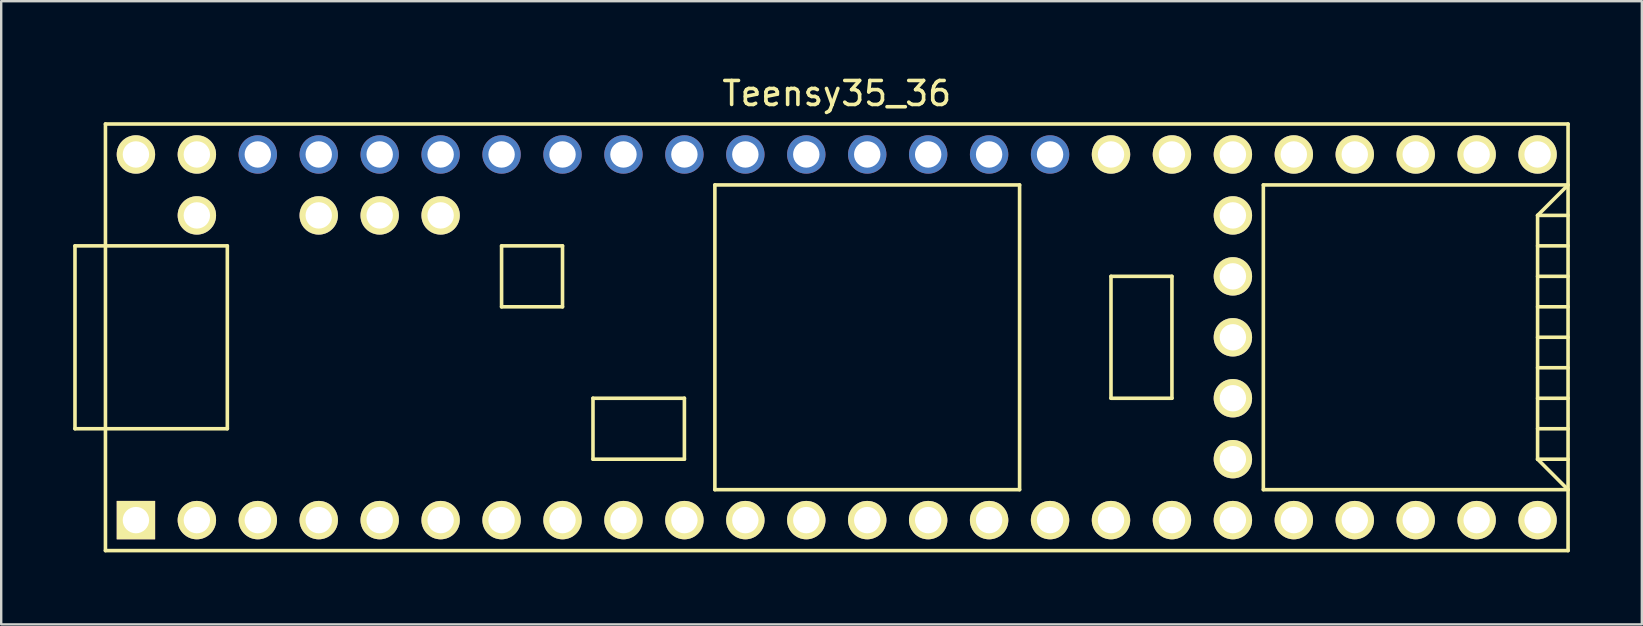
<source format=kicad_pcb>
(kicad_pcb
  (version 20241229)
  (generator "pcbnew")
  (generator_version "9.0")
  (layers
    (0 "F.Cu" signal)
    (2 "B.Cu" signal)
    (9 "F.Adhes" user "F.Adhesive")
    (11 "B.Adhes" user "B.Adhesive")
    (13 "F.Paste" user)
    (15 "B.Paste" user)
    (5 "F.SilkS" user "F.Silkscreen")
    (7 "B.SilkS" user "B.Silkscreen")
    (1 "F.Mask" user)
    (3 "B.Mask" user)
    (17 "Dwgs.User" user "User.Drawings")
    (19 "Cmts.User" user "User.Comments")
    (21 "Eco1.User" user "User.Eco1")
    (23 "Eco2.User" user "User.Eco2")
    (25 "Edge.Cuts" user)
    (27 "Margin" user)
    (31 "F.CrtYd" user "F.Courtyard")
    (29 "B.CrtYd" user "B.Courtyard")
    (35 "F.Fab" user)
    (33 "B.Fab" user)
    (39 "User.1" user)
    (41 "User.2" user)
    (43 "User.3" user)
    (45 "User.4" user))
  (footprint "Teensy35_36"
    (layer "F.Cu")
    (at 31.825 11.008)
    (property "Reference" "Teensy35_36" (at 0 -10.16 0) (layer "F.SilkS") (effects (font (size 1 1) (thickness 0.15))))
    (attr through_hole)
    (fp_line (start -31.75 -3.81) (end -30.48 -3.81) (stroke (width 0.15) (type solid)) (layer "F.SilkS"))
    (fp_line (start -31.75 3.81) (end -31.75 -3.81) (stroke (width 0.15) (type solid)) (layer "F.SilkS"))
    (fp_line (start -30.48 3.81) (end -31.75 3.81) (stroke (width 0.15) (type solid)) (layer "F.SilkS"))
    (fp_line (start -30.48 8.89) (end -30.48 -8.89) (stroke (width 0.15) (type solid)) (layer "F.SilkS"))
    (fp_line (start -30.48 8.89) (end 30.48 8.89) (stroke (width 0.15) (type solid)) (layer "F.SilkS"))
    (fp_line (start -25.4 -3.81) (end -30.48 -3.81) (stroke (width 0.15) (type solid)) (layer "F.SilkS"))
    (fp_line (start -25.4 3.81) (end -30.48 3.81) (stroke (width 0.15) (type solid)) (layer "F.SilkS"))
    (fp_line (start -25.4 3.81) (end -25.4 -3.81) (stroke (width 0.15) (type solid)) (layer "F.SilkS"))
    (fp_line (start -13.97 -3.81) (end -13.97 -1.27) (stroke (width 0.15) (type solid)) (layer "F.SilkS"))
    (fp_line (start -13.97 -1.27) (end -11.43 -1.27) (stroke (width 0.15) (type solid)) (layer "F.SilkS"))
    (fp_line (start -11.43 -3.81) (end -13.97 -3.81) (stroke (width 0.15) (type solid)) (layer "F.SilkS"))
    (fp_line (start -11.43 -1.27) (end -11.43 -3.81) (stroke (width 0.15) (type solid)) (layer "F.SilkS"))
    (fp_line (start -10.16 2.54) (end -6.35 2.54) (stroke (width 0.15) (type solid)) (layer "F.SilkS"))
    (fp_line (start -10.16 5.08) (end -10.16 2.54) (stroke (width 0.15) (type solid)) (layer "F.SilkS"))
    (fp_line (start -6.35 2.54) (end -6.35 5.08) (stroke (width 0.15) (type solid)) (layer "F.SilkS"))
    (fp_line (start -6.35 5.08) (end -10.16 5.08) (stroke (width 0.15) (type solid)) (layer "F.SilkS"))
    (fp_line (start -5.08 -6.35) (end -5.08 6.35) (stroke (width 0.15) (type solid)) (layer "F.SilkS"))
    (fp_line (start -5.08 -6.35) (end 7.62 -6.35) (stroke (width 0.15) (type solid)) (layer "F.SilkS"))
    (fp_line (start -5.08 6.35) (end 7.62 6.35) (stroke (width 0.15) (type solid)) (layer "F.SilkS"))
    (fp_line (start 7.62 6.35) (end 7.62 -6.35) (stroke (width 0.15) (type solid)) (layer "F.SilkS"))
    (fp_line (start 11.43 -2.54) (end 13.97 -2.54) (stroke (width 0.15) (type solid)) (layer "F.SilkS"))
    (fp_line (start 11.43 2.54) (end 11.43 -2.54) (stroke (width 0.15) (type solid)) (layer "F.SilkS"))
    (fp_line (start 13.97 -2.54) (end 13.97 2.54) (stroke (width 0.15) (type solid)) (layer "F.SilkS"))
    (fp_line (start 13.97 2.54) (end 11.43 2.54) (stroke (width 0.15) (type solid)) (layer "F.SilkS"))
    (fp_line (start 17.78 -6.35) (end 17.78 6.35) (stroke (width 0.15) (type solid)) (layer "F.SilkS"))
    (fp_line (start 17.78 6.35) (end 30.48 6.35) (stroke (width 0.15) (type solid)) (layer "F.SilkS"))
    (fp_line (start 29.21 -5.08) (end 30.48 -6.35) (stroke (width 0.15) (type solid)) (layer "F.SilkS"))
    (fp_line (start 29.21 -5.08) (end 30.48 -5.08) (stroke (width 0.15) (type solid)) (layer "F.SilkS"))
    (fp_line (start 29.21 -3.81) (end 30.48 -3.81) (stroke (width 0.15) (type solid)) (layer "F.SilkS"))
    (fp_line (start 29.21 -2.54) (end 30.48 -2.54) (stroke (width 0.15) (type solid)) (layer "F.SilkS"))
    (fp_line (start 29.21 -1.27) (end 30.48 -1.27) (stroke (width 0.15) (type solid)) (layer "F.SilkS"))
    (fp_line (start 29.21 0) (end 30.48 0) (stroke (width 0.15) (type solid)) (layer "F.SilkS"))
    (fp_line (start 29.21 1.27) (end 30.48 1.27) (stroke (width 0.15) (type solid)) (layer "F.SilkS"))
    (fp_line (start 29.21 2.54) (end 30.48 2.54) (stroke (width 0.15) (type solid)) (layer "F.SilkS"))
    (fp_line (start 29.21 3.81) (end 30.48 3.81) (stroke (width 0.15) (type solid)) (layer "F.SilkS"))
    (fp_line (start 29.21 5.08) (end 29.21 -5.08) (stroke (width 0.15) (type solid)) (layer "F.SilkS"))
    (fp_line (start 29.21 5.08) (end 30.48 5.08) (stroke (width 0.15) (type solid)) (layer "F.SilkS"))
    (fp_line (start 30.48 -8.89) (end -30.48 -8.89) (stroke (width 0.15) (type solid)) (layer "F.SilkS"))
    (fp_line (start 30.48 -8.89) (end 30.48 8.89) (stroke (width 0.15) (type solid)) (layer "F.SilkS"))
    (fp_line (start 30.48 -6.35) (end 17.78 -6.35) (stroke (width 0.15) (type solid)) (layer "F.SilkS"))
    (fp_line (start 30.48 6.35) (end 29.21 5.08) (stroke (width 0.15) (type solid)) (layer "F.SilkS"))
    (pad "1" thru_hole rect (at -29.21 7.62) (size 1.6 1.6) (drill 1.1) (layers "*.Cu" "*.Mask" "F.SilkS"))
    (pad "2" thru_hole circle (at -26.67 7.62) (size 1.6 1.6) (drill 1.1) (layers "*.Cu" "*.Mask" "F.SilkS"))
    (pad "3" thru_hole circle (at -24.13 7.62) (size 1.6 1.6) (drill 1.1) (layers "*.Cu" "*.Mask" "F.SilkS"))
    (pad "4" thru_hole circle (at -21.59 7.62) (size 1.6 1.6) (drill 1.1) (layers "*.Cu" "*.Mask" "F.SilkS"))
    (pad "5" thru_hole circle (at -19.05 7.62) (size 1.6 1.6) (drill 1.1) (layers "*.Cu" "*.Mask" "F.SilkS"))
    (pad "6" thru_hole circle (at -16.51 7.62) (size 1.6 1.6) (drill 1.1) (layers "*.Cu" "*.Mask" "F.SilkS"))
    (pad "7" thru_hole circle (at -13.97 7.62) (size 1.6 1.6) (drill 1.1) (layers "*.Cu" "*.Mask" "F.SilkS"))
    (pad "8" thru_hole circle (at -11.43 7.62) (size 1.6 1.6) (drill 1.1) (layers "*.Cu" "*.Mask" "F.SilkS"))
    (pad "9" thru_hole circle (at -8.89 7.62) (size 1.6 1.6) (drill 1.1) (layers "*.Cu" "*.Mask" "F.SilkS"))
    (pad "10" thru_hole circle (at -6.35 7.62) (size 1.6 1.6) (drill 1.1) (layers "*.Cu" "*.Mask" "F.SilkS"))
    (pad "11" thru_hole circle (at -3.81 7.62) (size 1.6 1.6) (drill 1.1) (layers "*.Cu" "*.Mask" "F.SilkS"))
    (pad "12" thru_hole circle (at -1.27 7.62) (size 1.6 1.6) (drill 1.1) (layers "*.Cu" "*.Mask" "F.SilkS"))
    (pad "13" thru_hole circle (at 1.27 7.62) (size 1.6 1.6) (drill 1.1) (layers "*.Cu" "*.Mask" "F.SilkS"))
    (pad "14" thru_hole circle (at 3.81 7.62) (size 1.6 1.6) (drill 1.1) (layers "*.Cu" "*.Mask" "F.SilkS"))
    (pad "15" thru_hole circle (at 6.35 7.62) (size 1.6 1.6) (drill 1.1) (layers "*.Cu" "*.Mask" "F.SilkS"))
    (pad "16" thru_hole circle (at 8.89 7.62) (size 1.6 1.6) (drill 1.1) (layers "*.Cu" "*.Mask" "F.SilkS"))
    (pad "17" thru_hole circle (at 11.43 7.62) (size 1.6 1.6) (drill 1.1) (layers "*.Cu" "*.Mask" "F.SilkS"))
    (pad "18" thru_hole circle (at 13.97 7.62) (size 1.6 1.6) (drill 1.1) (layers "*.Cu" "*.Mask" "F.SilkS"))
    (pad "19" thru_hole circle (at 16.51 7.62) (size 1.6 1.6) (drill 1.1) (layers "*.Cu" "*.Mask" "F.SilkS"))
    (pad "20" thru_hole circle (at 19.05 7.62) (size 1.6 1.6) (drill 1.1) (layers "*.Cu" "*.Mask" "F.SilkS"))
    (pad "21" thru_hole circle (at 21.59 7.62) (size 1.6 1.6) (drill 1.1) (layers "*.Cu" "*.Mask" "F.SilkS"))
    (pad "22" thru_hole circle (at 24.13 7.62) (size 1.6 1.6) (drill 1.1) (layers "*.Cu" "*.Mask" "F.SilkS"))
    (pad "23" thru_hole circle (at 26.67 7.62) (size 1.6 1.6) (drill 1.1) (layers "*.Cu" "*.Mask" "F.SilkS"))
    (pad "24" thru_hole circle (at 29.21 7.62) (size 1.6 1.6) (drill 1.1) (layers "*.Cu" "*.Mask" "F.SilkS"))
    (pad "25" thru_hole circle (at 16.51 5.08) (size 1.6 1.6) (drill 1.1) (layers "*.Cu" "*.Mask" "F.SilkS"))
    (pad "26" thru_hole circle (at 16.51 2.54) (size 1.6 1.6) (drill 1.1) (layers "*.Cu" "*.Mask" "F.SilkS"))
    (pad "27" thru_hole circle (at 16.51 0) (size 1.6 1.6) (drill 1.1) (layers "*.Cu" "*.Mask" "F.SilkS"))
    (pad "28" thru_hole circle (at 16.51 -2.54) (size 1.6 1.6) (drill 1.1) (layers "*.Cu" "*.Mask" "F.SilkS"))
    (pad "29" thru_hole circle (at 16.51 -5.08) (size 1.6 1.6) (drill 1.1) (layers "*.Cu" "*.Mask" "F.SilkS"))
    (pad "30" thru_hole circle (at 29.21 -7.62) (size 1.6 1.6) (drill 1.1) (layers "*.Cu" "*.Mask" "F.SilkS"))
    (pad "31" thru_hole circle (at 26.67 -7.62) (size 1.6 1.6) (drill 1.1) (layers "*.Cu" "*.Mask" "F.SilkS"))
    (pad "32" thru_hole circle (at 24.13 -7.62) (size 1.6 1.6) (drill 1.1) (layers "*.Cu" "*.Mask" "F.SilkS"))
    (pad "33" thru_hole circle (at 21.59 -7.62) (size 1.6 1.6) (drill 1.1) (layers "*.Cu" "*.Mask" "F.SilkS"))
    (pad "34" thru_hole circle (at 19.05 -7.62) (size 1.6 1.6) (drill 1.1) (layers "*.Cu" "*.Mask" "F.SilkS"))
    (pad "35" thru_hole circle (at 16.51 -7.62) (size 1.6 1.6) (drill 1.1) (layers "*.Cu" "*.Mask" "F.SilkS"))
    (pad "36" thru_hole circle (at 13.97 -7.62) (size 1.6 1.6) (drill 1.1) (layers "*.Cu" "*.Mask" "F.SilkS"))
    (pad "37" thru_hole circle (at 11.43 -7.62) (size 1.6 1.6) (drill 1.1) (layers "*.Cu" "*.Mask" "F.SilkS"))
    (pad "38" thru_hole circle (at 8.89 -7.62) (size 1.6 1.6) (drill 1.1) (layers "*.Cu" "*.Mask"))
    (pad "39" thru_hole circle (at 6.35 -7.62) (size 1.6 1.6) (drill 1.1) (layers "*.Cu" "*.Mask"))
    (pad "40" thru_hole circle (at 3.81 -7.62) (size 1.6 1.6) (drill 1.1) (layers "*.Cu" "*.Mask"))
    (pad "41" thru_hole circle (at 1.27 -7.62) (size 1.6 1.6) (drill 1.1) (layers "*.Cu" "*.Mask"))
    (pad "42" thru_hole circle (at -1.27 -7.62) (size 1.6 1.6) (drill 1.1) (layers "*.Cu" "*.Mask"))
    (pad "43" thru_hole circle (at -3.81 -7.62) (size 1.6 1.6) (drill 1.1) (layers "*.Cu" "*.Mask"))
    (pad "44" thru_hole circle (at -6.35 -7.62) (size 1.6 1.6) (drill 1.1) (layers "*.Cu" "*.Mask"))
    (pad "45" thru_hole circle (at -8.89 -7.62) (size 1.6 1.6) (drill 1.1) (layers "*.Cu" "*.Mask"))
    (pad "46" thru_hole circle (at -11.43 -7.62) (size 1.6 1.6) (drill 1.1) (layers "*.Cu" "*.Mask"))
    (pad "47" thru_hole circle (at -13.97 -7.62) (size 1.6 1.6) (drill 1.1) (layers "*.Cu" "*.Mask"))
    (pad "48" thru_hole circle (at -16.51 -7.62) (size 1.6 1.6) (drill 1.1) (layers "*.Cu" "*.Mask"))
    (pad "49" thru_hole circle (at -19.05 -7.62) (size 1.6 1.6) (drill 1.1) (layers "*.Cu" "*.Mask"))
    (pad "50" thru_hole circle (at -21.59 -7.62) (size 1.6 1.6) (drill 1.1) (layers "*.Cu" "*.Mask"))
    (pad "51" thru_hole circle (at -24.13 -7.62) (size 1.6 1.6) (drill 1.1) (layers "*.Cu" "*.Mask"))
    (pad "52" thru_hole circle (at -26.67 -7.62) (size 1.6 1.6) (drill 1.1) (layers "*.Cu" "*.Mask" "F.SilkS"))
    (pad "53" thru_hole circle (at -29.21 -7.62) (size 1.6 1.6) (drill 1.1) (layers "*.Cu" "*.Mask" "F.SilkS"))
    (pad "54" thru_hole circle (at -26.67 -5.08) (size 1.6 1.6) (drill 1.1) (layers "*.Cu" "*.Mask" "F.SilkS"))
    (pad "55" thru_hole circle (at -21.59 -5.08) (size 1.6 1.6) (drill 1.1) (layers "*.Cu" "*.Mask" "F.SilkS"))
    (pad "56" thru_hole circle (at -19.05 -5.08) (size 1.6 1.6) (drill 1.1) (layers "*.Cu" "*.Mask" "F.SilkS"))
    (pad "57" thru_hole circle (at -16.51 -5.08) (size 1.6 1.6) (drill 1.1) (layers "*.Cu" "*.Mask" "F.SilkS")))
  (gr_rect
    (start -3 -3)
    (end 65.38 22.973)
    (stroke (width 0.1) (type default))
    (fill no)
    (layer "Edge.Cuts")))
</source>
